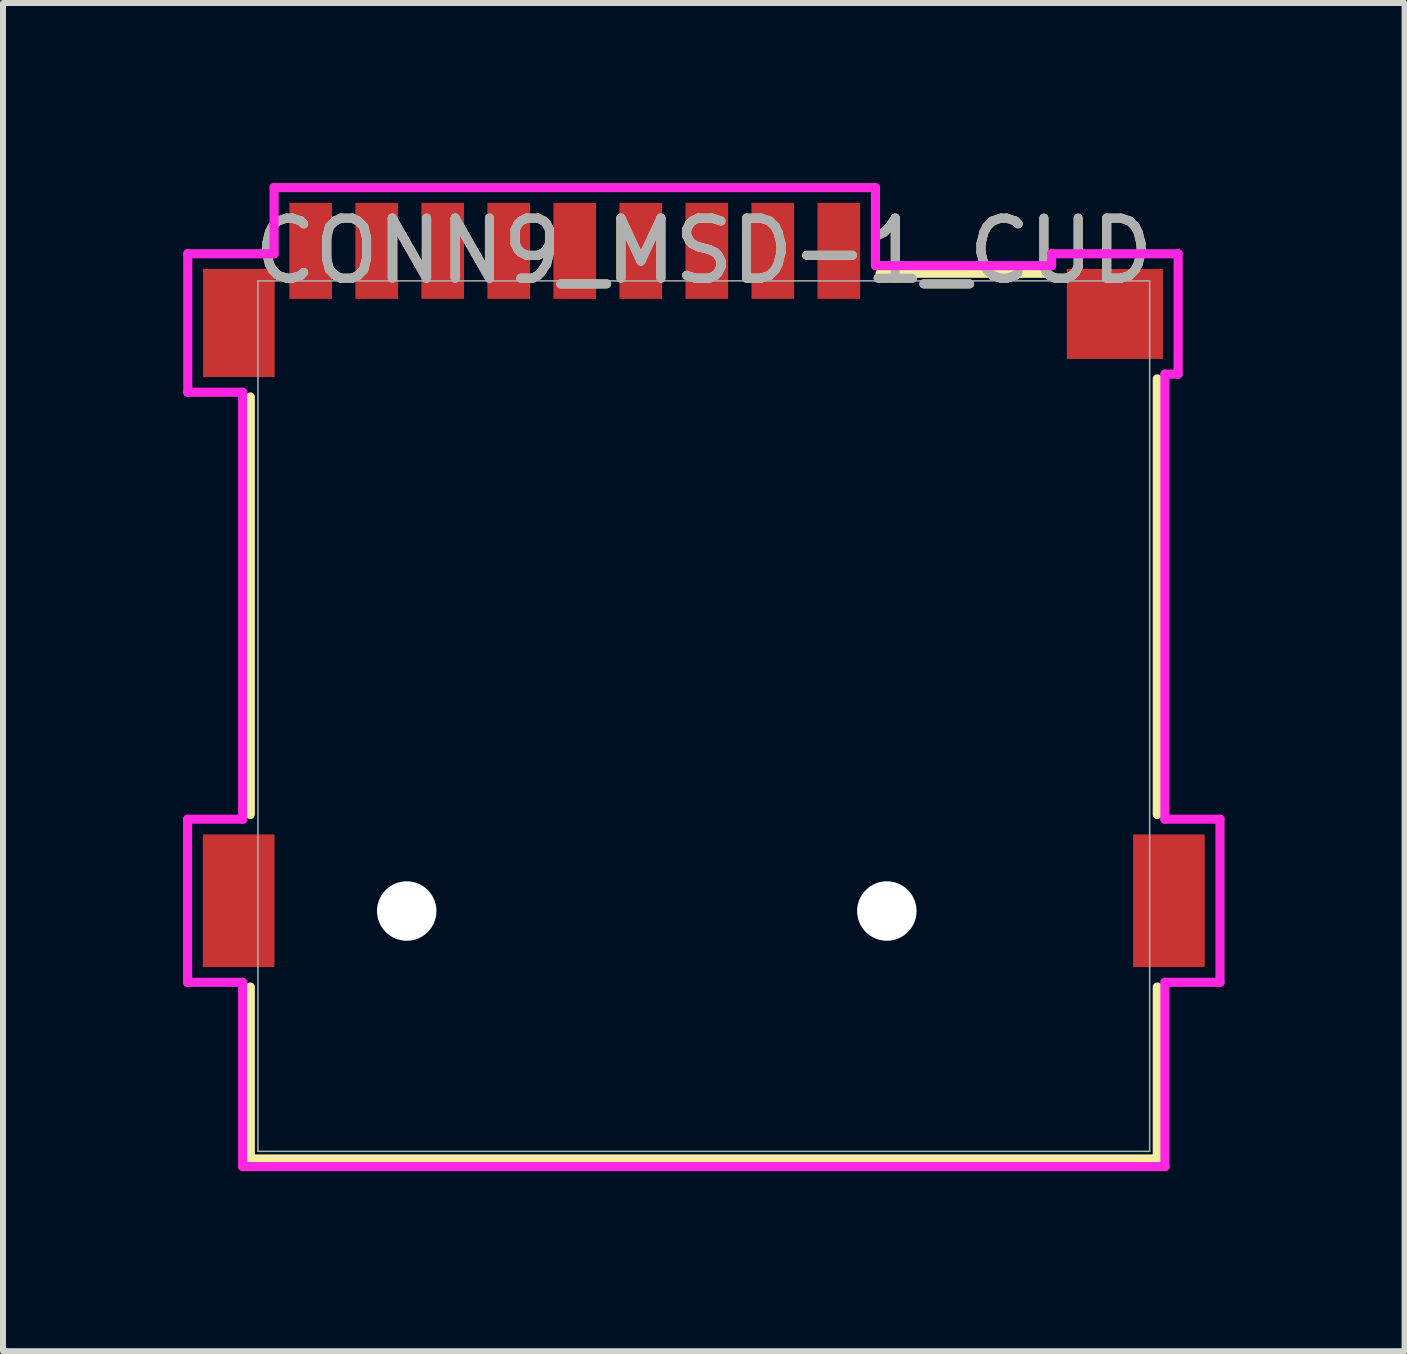
<source format=kicad_pcb>
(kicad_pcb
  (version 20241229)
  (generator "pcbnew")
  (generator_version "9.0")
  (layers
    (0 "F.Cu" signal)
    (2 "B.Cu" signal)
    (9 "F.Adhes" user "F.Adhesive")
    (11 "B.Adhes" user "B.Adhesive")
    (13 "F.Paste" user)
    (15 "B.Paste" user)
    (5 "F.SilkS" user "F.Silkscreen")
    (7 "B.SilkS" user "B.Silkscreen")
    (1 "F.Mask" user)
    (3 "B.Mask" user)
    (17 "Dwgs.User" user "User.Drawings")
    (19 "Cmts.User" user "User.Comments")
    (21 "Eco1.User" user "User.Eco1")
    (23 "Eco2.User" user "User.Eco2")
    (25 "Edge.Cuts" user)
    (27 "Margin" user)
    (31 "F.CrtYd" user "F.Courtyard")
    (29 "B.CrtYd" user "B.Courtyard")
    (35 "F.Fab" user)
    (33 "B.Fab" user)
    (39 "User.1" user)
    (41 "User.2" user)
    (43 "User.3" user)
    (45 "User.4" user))
  (footprint "CONN9_MSD-1_CUD"
    (layer "F.Cu")
    (at 8.677 8.882)
    (property "Reference" "CONN9_MSD-1_CUD" (at 0 -7.752 0) (unlocked yes) (layer "F.SilkS") (effects (font (size 1 1) (thickness 0.15))))
    (attr smd)
    (fp_line (start -7.556 1.639) (end -7.556 -5.318) (stroke (width 0.152) (type solid)) (layer "F.SilkS"))
    (fp_line (start -7.556 7.379) (end -7.556 4.514) (stroke (width 0.152) (type solid)) (layer "F.SilkS"))
    (fp_line (start 2.938 -7.379) (end 5.717 -7.379) (stroke (width 0.152) (type solid)) (layer "F.SilkS"))
    (fp_line (start 7.556 -5.619) (end 7.556 1.639) (stroke (width 0.152) (type solid)) (layer "F.SilkS"))
    (fp_line (start 7.556 4.514) (end 7.556 7.379) (stroke (width 0.152) (type solid)) (layer "F.SilkS"))
    (fp_line (start 7.556 7.379) (end -7.556 7.379) (stroke (width 0.152) (type solid)) (layer "F.SilkS"))
    (fp_line (start -8.601 1.718) (end -8.601 4.436) (stroke (width 0.152) (type solid)) (layer "F.CrtYd"))
    (fp_line (start -8.601 4.436) (end -7.684 4.436) (stroke (width 0.152) (type solid)) (layer "F.CrtYd"))
    (fp_line (start -8.598 -7.704) (end -8.598 -5.396) (stroke (width 0.152) (type solid)) (layer "F.CrtYd"))
    (fp_line (start -8.598 -5.396) (end -7.684 -5.396) (stroke (width 0.152) (type solid)) (layer "F.CrtYd"))
    (fp_line (start -7.684 -5.396) (end -7.684 1.718) (stroke (width 0.152) (type solid)) (layer "F.CrtYd"))
    (fp_line (start -7.684 1.718) (end -8.601 1.718) (stroke (width 0.152) (type solid)) (layer "F.CrtYd"))
    (fp_line (start -7.684 4.436) (end -7.684 7.506) (stroke (width 0.152) (type solid)) (layer "F.CrtYd"))
    (fp_line (start -7.684 7.506) (end 7.684 7.506) (stroke (width 0.152) (type solid)) (layer "F.CrtYd"))
    (fp_line (start -7.16 -8.806) (end -7.16 -7.704) (stroke (width 0.152) (type solid)) (layer "F.CrtYd"))
    (fp_line (start -7.16 -7.704) (end -8.598 -7.704) (stroke (width 0.152) (type solid)) (layer "F.CrtYd"))
    (fp_line (start 2.86 -8.806) (end -7.16 -8.806) (stroke (width 0.152) (type solid)) (layer "F.CrtYd"))
    (fp_line (start 2.86 -7.506) (end 2.86 -8.806) (stroke (width 0.152) (type solid)) (layer "F.CrtYd"))
    (fp_line (start 5.796 -7.704) (end 5.796 -7.506) (stroke (width 0.152) (type solid)) (layer "F.CrtYd"))
    (fp_line (start 5.796 -7.506) (end 2.86 -7.506) (stroke (width 0.152) (type solid)) (layer "F.CrtYd"))
    (fp_line (start 7.684 -5.698) (end 7.904 -5.698) (stroke (width 0.152) (type solid)) (layer "F.CrtYd"))
    (fp_line (start 7.684 1.718) (end 7.684 -5.698) (stroke (width 0.152) (type solid)) (layer "F.CrtYd"))
    (fp_line (start 7.684 4.436) (end 8.601 4.436) (stroke (width 0.152) (type solid)) (layer "F.CrtYd"))
    (fp_line (start 7.684 7.506) (end 7.684 4.436) (stroke (width 0.152) (type solid)) (layer "F.CrtYd"))
    (fp_line (start 7.904 -7.704) (end 5.796 -7.704) (stroke (width 0.152) (type solid)) (layer "F.CrtYd"))
    (fp_line (start 7.904 -5.698) (end 7.904 -7.704) (stroke (width 0.152) (type solid)) (layer "F.CrtYd"))
    (fp_line (start 8.601 1.718) (end 7.684 1.718) (stroke (width 0.152) (type solid)) (layer "F.CrtYd"))
    (fp_line (start 8.601 4.436) (end 8.601 1.718) (stroke (width 0.152) (type solid)) (layer "F.CrtYd"))
    (fp_line (start -7.429 -7.252) (end -7.429 7.252) (stroke (width 0.025) (type solid)) (layer "F.Fab"))
    (fp_line (start -7.429 7.252) (end 7.429 7.252) (stroke (width 0.025) (type solid)) (layer "F.Fab"))
    (fp_line (start 7.429 -7.252) (end -7.429 -7.252) (stroke (width 0.025) (type solid)) (layer "F.Fab"))
    (fp_line (start 7.429 7.252) (end 7.429 -7.252) (stroke (width 0.025) (type solid)) (layer "F.Fab"))
    (fp_text user "${REFERENCE}" (at 0 -7.752 0) (unlocked yes) (layer "F.Fab") (effects (font (size 1 1) (thickness 0.15))))
    (pad "" np_thru_hole circle (at -4.95 3.248) (size 0.991 0.991) (drill 0.991) (layers "*.Cu" "*.Mask"))
    (pad "" np_thru_hole circle (at 3.05 3.248) (size 0.991 0.991) (drill 0.991) (layers "*.Cu" "*.Mask"))
    (pad "1" smd rect (at 2.25 -7.752) (size 0.711 1.6) (layers "F.Cu" "F.Mask" "F.Paste"))
    (pad "2" smd rect (at 1.15 -7.752) (size 0.711 1.6) (layers "F.Cu" "F.Mask" "F.Paste"))
    (pad "3" smd rect (at 0.05 -7.752) (size 0.711 1.6) (layers "F.Cu" "F.Mask" "F.Paste"))
    (pad "4" smd rect (at -1.05 -7.752) (size 0.711 1.6) (layers "F.Cu" "F.Mask" "F.Paste"))
    (pad "5" smd rect (at -2.15 -7.752) (size 0.711 1.6) (layers "F.Cu" "F.Mask" "F.Paste"))
    (pad "6" smd rect (at -3.25 -7.752) (size 0.711 1.6) (layers "F.Cu" "F.Mask" "F.Paste"))
    (pad "7" smd rect (at -4.35 -7.752) (size 0.711 1.6) (layers "F.Cu" "F.Mask" "F.Paste"))
    (pad "8" smd rect (at -5.45 -7.752) (size 0.711 1.6) (layers "F.Cu" "F.Mask" "F.Paste"))
    (pad "10" smd rect (at -7.75 3.077) (size 1.194 2.21) (layers "F.Cu" "F.Mask" "F.Paste"))
    (pad "11" smd rect (at 7.75 3.077) (size 1.194 2.21) (layers "F.Cu" "F.Mask" "F.Paste"))
    (pad "12" smd rect (at -7.747 -6.55) (size 1.194 1.8) (layers "F.Cu" "F.Mask" "F.Paste"))
    (pad "13" smd rect (at 6.85 -6.701) (size 1.6 1.499) (layers "F.Cu" "F.Mask" "F.Paste"))
    (pad "CD" smd rect (at -6.55 -7.752) (size 0.711 1.6) (layers "F.Cu" "F.Mask" "F.Paste")))
  (gr_rect
    (start -3 -3)
    (end 20.354 19.464)
    (stroke (width 0.1) (type default))
    (fill no)
    (layer "Edge.Cuts")))
</source>
